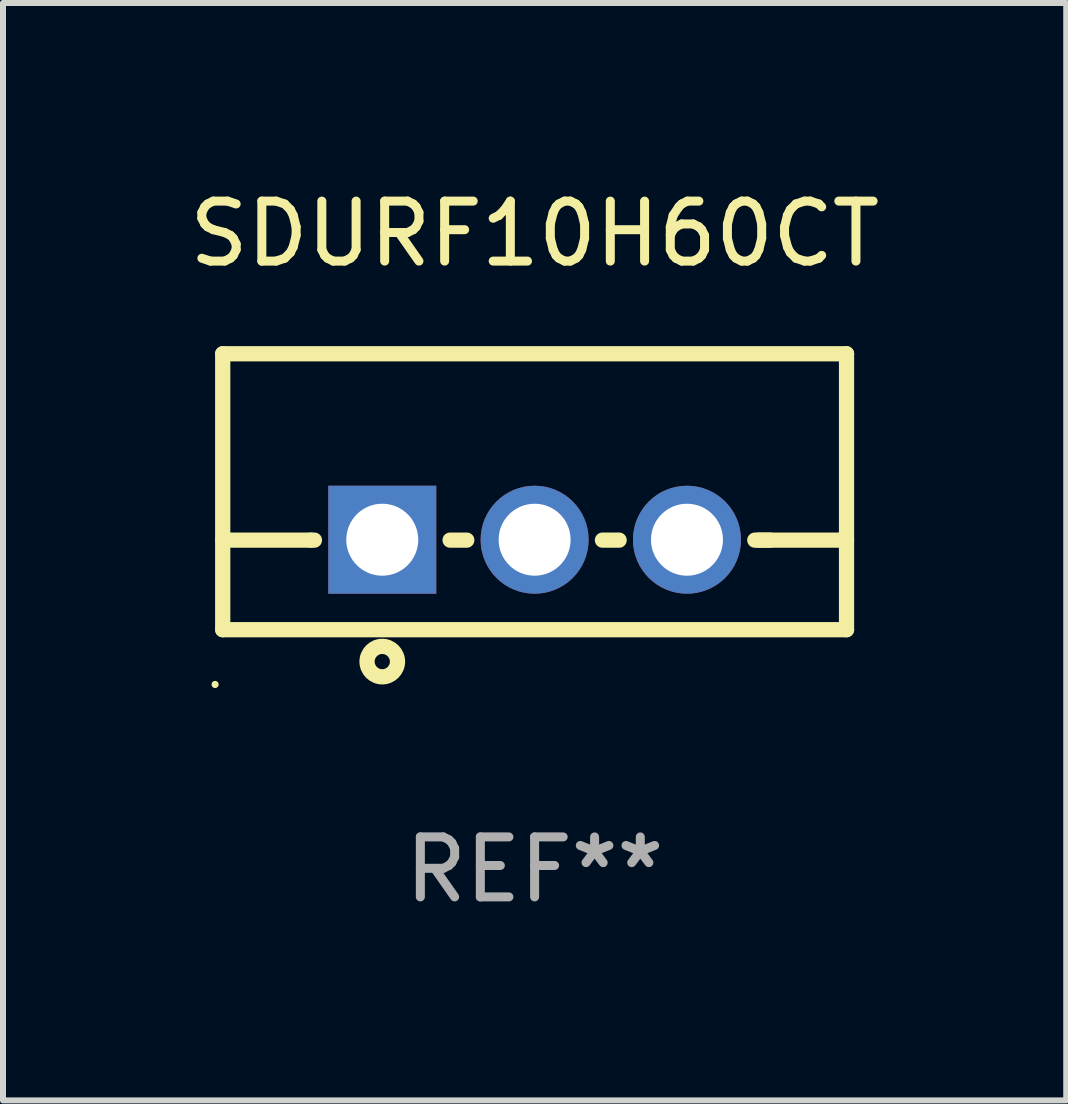
<source format=kicad_pcb>
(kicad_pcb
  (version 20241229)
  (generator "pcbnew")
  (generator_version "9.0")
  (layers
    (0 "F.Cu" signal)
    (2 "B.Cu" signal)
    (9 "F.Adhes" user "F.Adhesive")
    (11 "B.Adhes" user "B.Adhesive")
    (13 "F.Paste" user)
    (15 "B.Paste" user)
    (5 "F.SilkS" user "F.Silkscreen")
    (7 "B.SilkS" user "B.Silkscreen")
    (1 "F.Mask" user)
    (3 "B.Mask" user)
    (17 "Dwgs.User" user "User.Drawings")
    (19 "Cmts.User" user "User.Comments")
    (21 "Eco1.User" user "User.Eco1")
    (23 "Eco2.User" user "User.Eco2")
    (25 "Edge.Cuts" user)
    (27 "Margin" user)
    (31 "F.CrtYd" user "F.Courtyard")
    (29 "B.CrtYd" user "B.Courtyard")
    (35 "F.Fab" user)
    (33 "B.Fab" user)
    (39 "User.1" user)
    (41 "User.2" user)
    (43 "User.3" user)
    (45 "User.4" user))
  (footprint "SDURF10H60CT"
    (layer "F.Cu")
    (at 5.863 5.148)
    (property "Reference" "SDURF10H60CT" (at 0 -4.3 0) (layer "F.SilkS") (effects (font (size 1 1) (thickness 0.15))))
    (attr through_hole)
    (fp_line (start -5.2 -2.3) (end -5.2 2.3) (stroke (width 0.254) (type solid)) (layer "F.SilkS"))
    (fp_line (start -5.2 -2.3) (end 5.2 -2.3) (stroke (width 0.254) (type solid)) (layer "F.SilkS"))
    (fp_line (start -5.2 0.807) (end -3.731 0.807) (stroke (width 0.254) (type solid)) (layer "F.SilkS"))
    (fp_line (start -5.2 2.3) (end 5.2 2.3) (stroke (width 0.254) (type solid)) (layer "F.SilkS"))
    (fp_line (start -3.731 0.807) (end -3.671 0.807) (stroke (width 0.254) (type solid)) (layer "F.SilkS"))
    (fp_line (start -1.409 0.807) (end -1.131 0.807) (stroke (width 0.254) (type solid)) (layer "F.SilkS"))
    (fp_line (start 1.131 0.807) (end 1.409 0.807) (stroke (width 0.254) (type solid)) (layer "F.SilkS"))
    (fp_line (start 3.671 0.807) (end 3.926 0.807) (stroke (width 0.254) (type solid)) (layer "F.SilkS"))
    (fp_line (start 3.731 0.807) (end 5.2 0.807) (stroke (width 0.254) (type solid)) (layer "F.SilkS"))
    (fp_line (start 5.2 -2.3) (end 5.2 2.3) (stroke (width 0.254) (type solid)) (layer "F.SilkS"))
    (fp_circle (center -5.327 3.213) (end -5.297 3.213) (stroke (width 0.06) (type solid)) (fill no) (layer "F.SilkS"))
    (fp_circle (center -2.54 2.832) (end -2.286 2.832) (stroke (width 0.254) (type solid)) (fill no) (layer "F.SilkS"))
    (fp_text user "REF**" (at 0 6.3 0) (layer "F.Fab") (effects (font (size 1 1) (thickness 0.15))))
    (pad "1" thru_hole rect (at -2.54 0.8) (size 1.8 1.8) (drill 1.2) (layers "*.Cu" "*.Mask"))
    (pad "2" thru_hole circle (at 0 0.8) (size 1.8 1.8) (drill 1.2) (layers "*.Cu" "*.Mask"))
    (pad "3" thru_hole circle (at 2.54 0.8) (size 1.8 1.8) (drill 1.2) (layers "*.Cu" "*.Mask")))
  (gr_rect
    (start -3 -3)
    (end 14.726 15.296)
    (stroke (width 0.1) (type default))
    (fill no)
    (layer "Edge.Cuts")))
</source>
